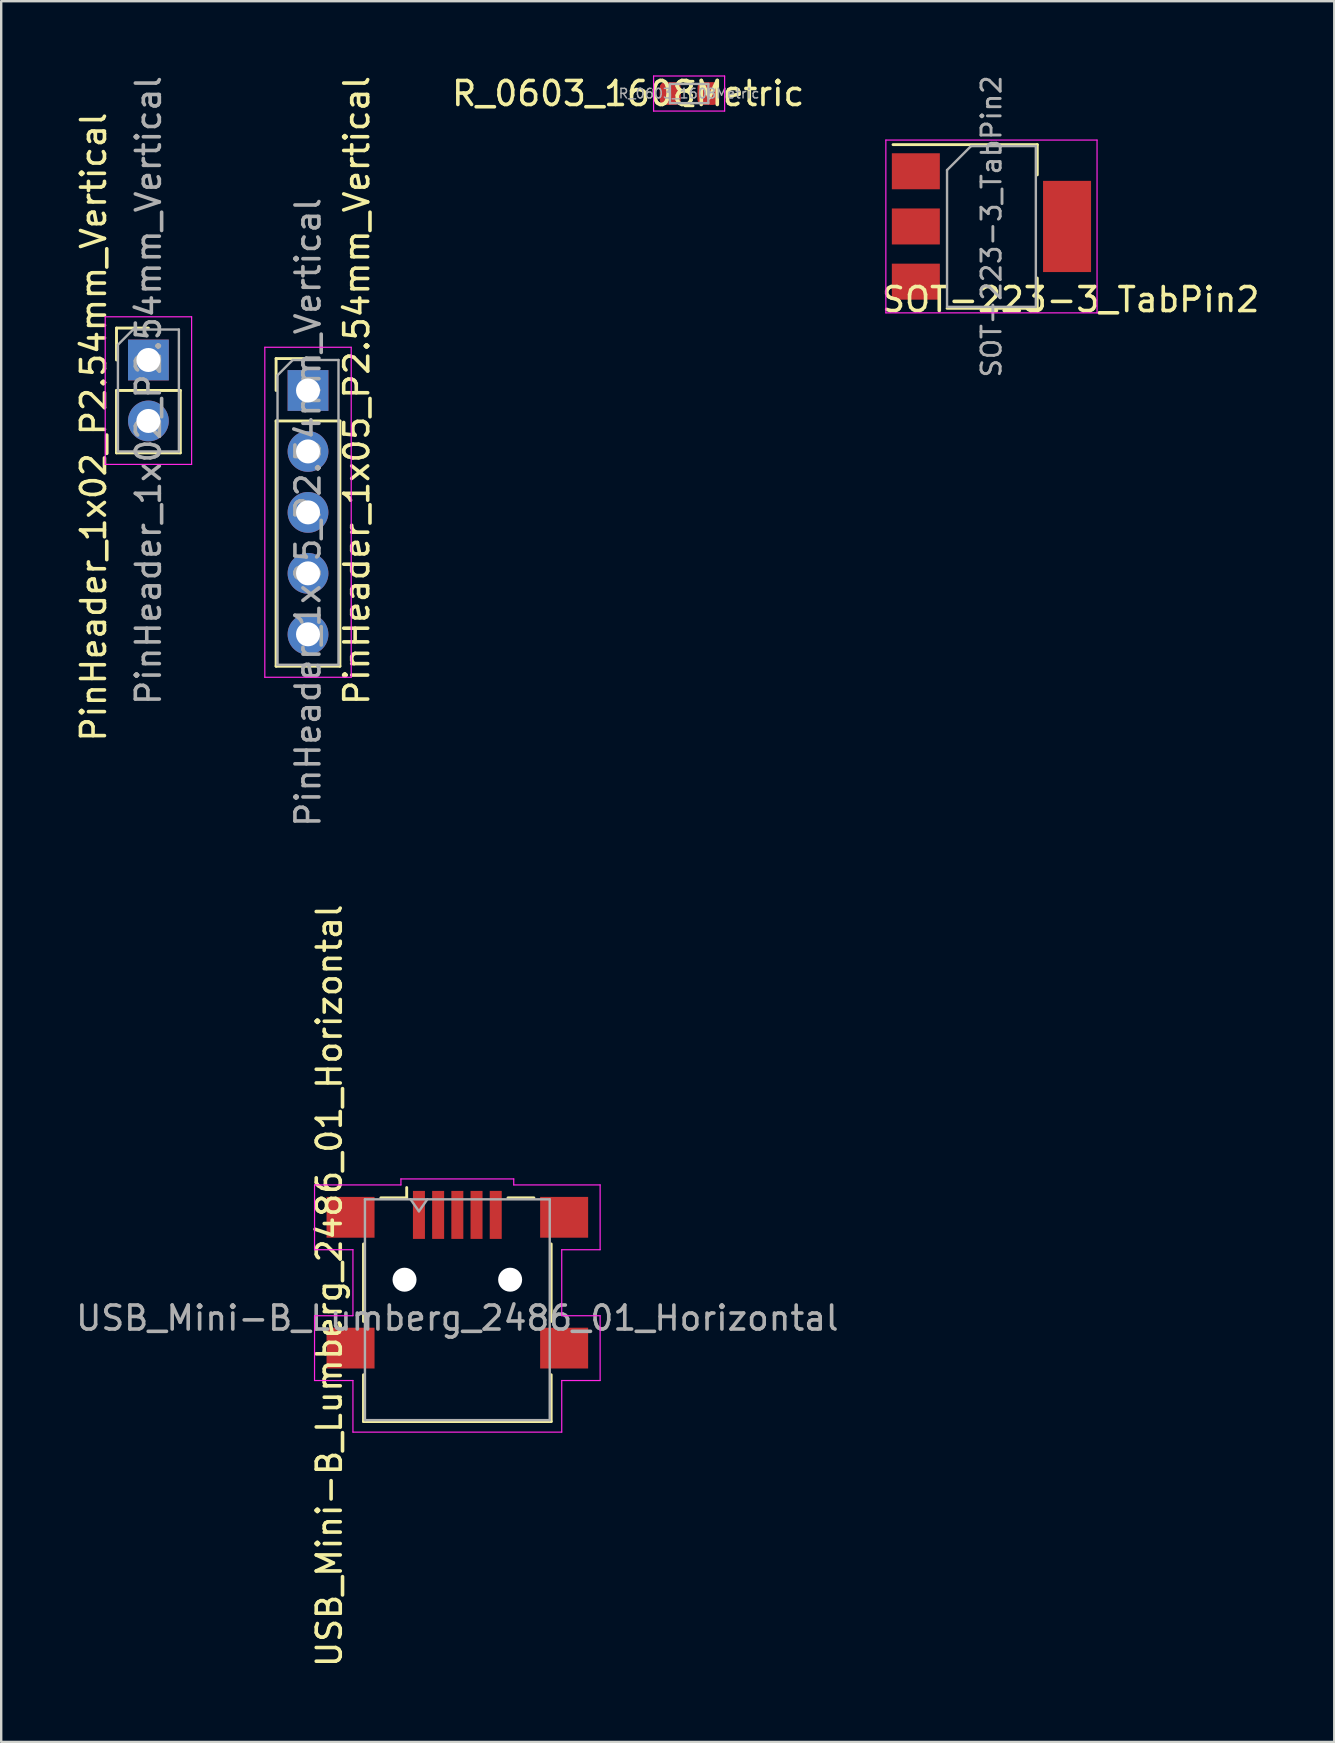
<source format=kicad_pcb>
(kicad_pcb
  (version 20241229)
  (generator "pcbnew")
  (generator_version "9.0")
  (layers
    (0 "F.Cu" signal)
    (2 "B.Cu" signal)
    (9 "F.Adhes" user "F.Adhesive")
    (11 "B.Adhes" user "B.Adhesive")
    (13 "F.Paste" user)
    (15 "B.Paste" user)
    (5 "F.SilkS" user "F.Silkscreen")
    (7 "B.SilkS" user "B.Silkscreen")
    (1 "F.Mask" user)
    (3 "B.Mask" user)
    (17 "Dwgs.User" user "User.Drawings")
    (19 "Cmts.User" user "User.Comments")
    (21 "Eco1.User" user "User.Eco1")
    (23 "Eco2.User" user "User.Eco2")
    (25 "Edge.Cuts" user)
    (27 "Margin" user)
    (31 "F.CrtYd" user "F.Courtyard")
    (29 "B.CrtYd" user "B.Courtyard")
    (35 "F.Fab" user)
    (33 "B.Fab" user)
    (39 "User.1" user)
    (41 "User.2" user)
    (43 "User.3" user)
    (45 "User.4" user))
  (footprint "PinHeader_1x05_P2.54mm_Vertical"
    (layer "F.Cu")
    (at 9.784 13.22)
    (property "Reference" "PinHeader_1x05_P2.54mm_Vertical" (at 2.032 0 90) (layer "F.SilkS") (effects (font (size 1 1) (thickness 0.15))))
    (attr through_hole)
    (fp_line (start -1.33 -1.33) (end 0 -1.33) (stroke (width 0.12) (type solid)) (layer "F.SilkS"))
    (fp_line (start -1.33 0) (end -1.33 -1.33) (stroke (width 0.12) (type solid)) (layer "F.SilkS"))
    (fp_line (start -1.33 1.27) (end -1.33 11.49) (stroke (width 0.12) (type solid)) (layer "F.SilkS"))
    (fp_line (start -1.33 1.27) (end 1.33 1.27) (stroke (width 0.12) (type solid)) (layer "F.SilkS"))
    (fp_line (start -1.33 11.49) (end 1.33 11.49) (stroke (width 0.12) (type solid)) (layer "F.SilkS"))
    (fp_line (start 1.33 1.27) (end 1.33 11.49) (stroke (width 0.12) (type solid)) (layer "F.SilkS"))
    (fp_line (start -1.8 -1.8) (end -1.8 11.95) (stroke (width 0.05) (type solid)) (layer "F.CrtYd"))
    (fp_line (start -1.8 11.95) (end 1.8 11.95) (stroke (width 0.05) (type solid)) (layer "F.CrtYd"))
    (fp_line (start 1.8 -1.8) (end -1.8 -1.8) (stroke (width 0.05) (type solid)) (layer "F.CrtYd"))
    (fp_line (start 1.8 11.95) (end 1.8 -1.8) (stroke (width 0.05) (type solid)) (layer "F.CrtYd"))
    (fp_line (start -1.27 -0.635) (end -0.635 -1.27) (stroke (width 0.1) (type solid)) (layer "F.Fab"))
    (fp_line (start -1.27 11.43) (end -1.27 -0.635) (stroke (width 0.1) (type solid)) (layer "F.Fab"))
    (fp_line (start -0.635 -1.27) (end 1.27 -1.27) (stroke (width 0.1) (type solid)) (layer "F.Fab"))
    (fp_line (start 1.27 -1.27) (end 1.27 11.43) (stroke (width 0.1) (type solid)) (layer "F.Fab"))
    (fp_line (start 1.27 11.43) (end -1.27 11.43) (stroke (width 0.1) (type solid)) (layer "F.Fab"))
    (fp_text user "${REFERENCE}" (at 0 5.08 270) (layer "F.Fab") (effects (font (size 1 1) (thickness 0.15))))
    (pad "1" thru_hole rect (at 0 0) (size 1.7 1.7) (drill 1) (layers "*.Cu" "*.Mask"))
    (pad "2" thru_hole oval (at 0 2.54) (size 1.7 1.7) (drill 1) (layers "*.Cu" "*.Mask"))
    (pad "3" thru_hole oval (at 0 5.08) (size 1.7 1.7) (drill 1) (layers "*.Cu" "*.Mask"))
    (pad "4" thru_hole oval (at 0 7.62) (size 1.7 1.7) (drill 1) (layers "*.Cu" "*.Mask"))
    (pad "5" thru_hole oval (at 0 10.16) (size 1.7 1.7) (drill 1) (layers "*.Cu" "*.Mask")))
  (footprint "R_0603_1608Metric"
    (layer "F.Cu")
    (at 25.663 0.848)
    (property "Reference" "R_0603_1608Metric" (at -2.54 0 180) (layer "F.SilkS") (effects (font (size 1 1) (thickness 0.15))))
    (attr smd)
    (fp_line (start -0.163 -0.51) (end 0.163 -0.51) (stroke (width 0.12) (type solid)) (layer "F.SilkS"))
    (fp_line (start -0.163 0.51) (end 0.163 0.51) (stroke (width 0.12) (type solid)) (layer "F.SilkS"))
    (fp_line (start -1.48 -0.73) (end 1.48 -0.73) (stroke (width 0.05) (type solid)) (layer "F.CrtYd"))
    (fp_line (start -1.48 0.73) (end -1.48 -0.73) (stroke (width 0.05) (type solid)) (layer "F.CrtYd"))
    (fp_line (start 1.48 -0.73) (end 1.48 0.73) (stroke (width 0.05) (type solid)) (layer "F.CrtYd"))
    (fp_line (start 1.48 0.73) (end -1.48 0.73) (stroke (width 0.05) (type solid)) (layer "F.CrtYd"))
    (fp_line (start -0.8 -0.4) (end 0.8 -0.4) (stroke (width 0.1) (type solid)) (layer "F.Fab"))
    (fp_line (start -0.8 0.4) (end -0.8 -0.4) (stroke (width 0.1) (type solid)) (layer "F.Fab"))
    (fp_line (start 0.8 -0.4) (end 0.8 0.4) (stroke (width 0.1) (type solid)) (layer "F.Fab"))
    (fp_line (start 0.8 0.4) (end -0.8 0.4) (stroke (width 0.1) (type solid)) (layer "F.Fab"))
    (fp_text user "${REFERENCE}" (at 0 0 180) (layer "F.Fab") (effects (font (size 0.4 0.4) (thickness 0.06))))
    (pad "1" smd roundrect (at -0.787 0) (size 0.875 0.95) (layers "F.Cu" "F.Mask" "F.Paste") (roundrect_rratio 0.25))
    (pad "2" smd roundrect (at 0.787 0) (size 0.875 0.95) (layers "F.Cu" "F.Mask" "F.Paste") (roundrect_rratio 0.25)))
  (footprint "PinHeader_1x02_P2.54mm_Vertical"
    (layer "F.Cu")
    (at 3.134 11.95)
    (property "Reference" "PinHeader_1x02_P2.54mm_Vertical" (at -2.286 2.794 270) (layer "F.SilkS") (effects (font (size 1 1) (thickness 0.15))))
    (attr through_hole)
    (fp_line (start -1.33 -1.33) (end 0 -1.33) (stroke (width 0.12) (type solid)) (layer "F.SilkS"))
    (fp_line (start -1.33 0) (end -1.33 -1.33) (stroke (width 0.12) (type solid)) (layer "F.SilkS"))
    (fp_line (start -1.33 1.27) (end -1.33 3.87) (stroke (width 0.12) (type solid)) (layer "F.SilkS"))
    (fp_line (start -1.33 1.27) (end 1.33 1.27) (stroke (width 0.12) (type solid)) (layer "F.SilkS"))
    (fp_line (start -1.33 3.87) (end 1.33 3.87) (stroke (width 0.12) (type solid)) (layer "F.SilkS"))
    (fp_line (start 1.33 1.27) (end 1.33 3.87) (stroke (width 0.12) (type solid)) (layer "F.SilkS"))
    (fp_line (start -1.8 -1.8) (end -1.8 4.35) (stroke (width 0.05) (type solid)) (layer "F.CrtYd"))
    (fp_line (start -1.8 4.35) (end 1.8 4.35) (stroke (width 0.05) (type solid)) (layer "F.CrtYd"))
    (fp_line (start 1.8 -1.8) (end -1.8 -1.8) (stroke (width 0.05) (type solid)) (layer "F.CrtYd"))
    (fp_line (start 1.8 4.35) (end 1.8 -1.8) (stroke (width 0.05) (type solid)) (layer "F.CrtYd"))
    (fp_line (start -1.27 -0.635) (end -0.635 -1.27) (stroke (width 0.1) (type solid)) (layer "F.Fab"))
    (fp_line (start -1.27 3.81) (end -1.27 -0.635) (stroke (width 0.1) (type solid)) (layer "F.Fab"))
    (fp_line (start -0.635 -1.27) (end 1.27 -1.27) (stroke (width 0.1) (type solid)) (layer "F.Fab"))
    (fp_line (start 1.27 -1.27) (end 1.27 3.81) (stroke (width 0.1) (type solid)) (layer "F.Fab"))
    (fp_line (start 1.27 3.81) (end -1.27 3.81) (stroke (width 0.1) (type solid)) (layer "F.Fab"))
    (fp_text user "${REFERENCE}" (at 0 1.27 90) (layer "F.Fab") (effects (font (size 1 1) (thickness 0.15))))
    (pad "1" thru_hole rect (at 0 0) (size 1.7 1.7) (drill 1) (layers "*.Cu" "*.Mask"))
    (pad "2" thru_hole oval (at 0 2.54) (size 1.7 1.7) (drill 1) (layers "*.Cu" "*.Mask")))
  (footprint "USB_Mini-B_Lumberg_2486_01_Horizontal"
    (layer "F.Cu")
    (at 16.006 50.272)
    (property "Reference" "USB_Mini-B_Lumberg_2486_01_Horizontal" (at -5.334 0.254 270) (layer "F.SilkS") (effects (font (size 1 1) (thickness 0.15))))
    (attr smd)
    (fp_line (start -3.91 1.74) (end -3.91 -1.49) (stroke (width 0.12) (type solid)) (layer "F.SilkS"))
    (fp_line (start -3.91 5.91) (end -3.91 3.96) (stroke (width 0.12) (type solid)) (layer "F.SilkS"))
    (fp_line (start -3.19 -3.41) (end -2.11 -3.41) (stroke (width 0.12) (type solid)) (layer "F.SilkS"))
    (fp_line (start -2.11 -3.41) (end -2.11 -3.84) (stroke (width 0.12) (type solid)) (layer "F.SilkS"))
    (fp_line (start 2.11 -3.41) (end 3.19 -3.41) (stroke (width 0.12) (type solid)) (layer "F.SilkS"))
    (fp_line (start 3.91 1.74) (end 3.91 -1.49) (stroke (width 0.12) (type solid)) (layer "F.SilkS"))
    (fp_line (start 3.91 5.91) (end -3.91 5.91) (stroke (width 0.12) (type solid)) (layer "F.SilkS"))
    (fp_line (start 3.91 5.91) (end 3.91 3.96) (stroke (width 0.12) (type solid)) (layer "F.SilkS"))
    (fp_line (start -5.95 -3.95) (end -5.95 -1.25) (stroke (width 0.05) (type solid)) (layer "F.CrtYd"))
    (fp_line (start -5.95 -3.95) (end -2.35 -3.95) (stroke (width 0.05) (type solid)) (layer "F.CrtYd"))
    (fp_line (start -5.95 1.5) (end -5.95 4.2) (stroke (width 0.05) (type solid)) (layer "F.CrtYd"))
    (fp_line (start -4.35 -1.25) (end -5.95 -1.25) (stroke (width 0.05) (type solid)) (layer "F.CrtYd"))
    (fp_line (start -4.35 -1.25) (end -4.35 1.5) (stroke (width 0.05) (type solid)) (layer "F.CrtYd"))
    (fp_line (start -4.35 1.5) (end -5.95 1.5) (stroke (width 0.05) (type solid)) (layer "F.CrtYd"))
    (fp_line (start -4.35 4.2) (end -5.95 4.2) (stroke (width 0.05) (type solid)) (layer "F.CrtYd"))
    (fp_line (start -4.35 6.35) (end -4.35 4.2) (stroke (width 0.05) (type solid)) (layer "F.CrtYd"))
    (fp_line (start -4.35 6.35) (end 4.35 6.35) (stroke (width 0.05) (type solid)) (layer "F.CrtYd"))
    (fp_line (start -2.35 -3.95) (end -2.35 -4.2) (stroke (width 0.05) (type solid)) (layer "F.CrtYd"))
    (fp_line (start 2.35 -4.2) (end -2.35 -4.2) (stroke (width 0.05) (type solid)) (layer "F.CrtYd"))
    (fp_line (start 2.35 -3.95) (end 2.35 -4.2) (stroke (width 0.05) (type solid)) (layer "F.CrtYd"))
    (fp_line (start 4.35 -1.25) (end 4.35 1.5) (stroke (width 0.05) (type solid)) (layer "F.CrtYd"))
    (fp_line (start 4.35 -1.25) (end 5.95 -1.25) (stroke (width 0.05) (type solid)) (layer "F.CrtYd"))
    (fp_line (start 4.35 1.5) (end 5.95 1.5) (stroke (width 0.05) (type solid)) (layer "F.CrtYd"))
    (fp_line (start 4.35 4.2) (end 5.95 4.2) (stroke (width 0.05) (type solid)) (layer "F.CrtYd"))
    (fp_line (start 4.35 6.35) (end 4.35 4.2) (stroke (width 0.05) (type solid)) (layer "F.CrtYd"))
    (fp_line (start 5.95 -3.95) (end 2.35 -3.95) (stroke (width 0.05) (type solid)) (layer "F.CrtYd"))
    (fp_line (start 5.95 -3.95) (end 5.95 -1.25) (stroke (width 0.05) (type solid)) (layer "F.CrtYd"))
    (fp_line (start 5.95 1.5) (end 5.95 4.2) (stroke (width 0.05) (type solid)) (layer "F.CrtYd"))
    (fp_line (start -3.85 -3.35) (end -3.85 5.85) (stroke (width 0.1) (type solid)) (layer "F.Fab"))
    (fp_line (start -3.85 -3.35) (end 3.85 -3.35) (stroke (width 0.1) (type solid)) (layer "F.Fab"))
    (fp_line (start -3.85 5.85) (end 3.85 5.85) (stroke (width 0.1) (type solid)) (layer "F.Fab"))
    (fp_line (start -1.95 -3.35) (end -1.6 -2.85) (stroke (width 0.1) (type solid)) (layer "F.Fab"))
    (fp_line (start -1.6 -2.85) (end -1.25 -3.35) (stroke (width 0.1) (type solid)) (layer "F.Fab"))
    (fp_line (start 3.85 5.85) (end 3.85 -3.35) (stroke (width 0.1) (type solid)) (layer "F.Fab"))
    (fp_text user "${REFERENCE}" (at 0 1.6 0) (layer "F.Fab") (effects (font (size 1 1) (thickness 0.15))))
    (pad "" np_thru_hole circle (at -2.2 0) (size 1 1) (drill 1) (layers "*.Cu" "*.Mask"))
    (pad "" np_thru_hole circle (at 2.2 0) (size 1 1) (drill 1) (layers "*.Cu" "*.Mask"))
    (pad "1" smd rect (at -1.6 -2.7) (size 0.5 2) (layers "F.Cu" "F.Mask" "F.Paste"))
    (pad "2" smd rect (at -0.8 -2.7) (size 0.5 2) (layers "F.Cu" "F.Mask" "F.Paste"))
    (pad "3" smd rect (at 0 -2.7) (size 0.5 2) (layers "F.Cu" "F.Mask" "F.Paste"))
    (pad "4" smd rect (at 0.8 -2.7) (size 0.5 2) (layers "F.Cu" "F.Mask" "F.Paste"))
    (pad "5" smd rect (at 1.6 -2.7) (size 0.5 2) (layers "F.Cu" "F.Mask" "F.Paste"))
    (pad "6" smd rect (at -4.45 -2.6) (size 2 1.7) (layers "F.Cu" "F.Mask" "F.Paste"))
    (pad "6" smd rect (at -4.45 2.85) (size 2 1.7) (layers "F.Cu" "F.Mask" "F.Paste"))
    (pad "6" smd rect (at 4.45 -2.6) (size 2 1.7) (layers "F.Cu" "F.Mask" "F.Paste"))
    (pad "6" smd rect (at 4.45 2.85) (size 2 1.7) (layers "F.Cu" "F.Mask" "F.Paste")))
  (footprint "SOT-223-3_TabPin2"
    (layer "F.Cu")
    (at 38.261 6.386)
    (property "Reference" "SOT-223-3_TabPin2" (at 3.302 3.048 0) (layer "F.SilkS") (effects (font (size 1 1) (thickness 0.15))))
    (attr smd)
    (fp_line (start -4.1 -3.41) (end 1.91 -3.41) (stroke (width 0.12) (type solid)) (layer "F.SilkS"))
    (fp_line (start -1.85 3.41) (end 1.91 3.41) (stroke (width 0.12) (type solid)) (layer "F.SilkS"))
    (fp_line (start 1.91 -3.41) (end 1.91 -2.15) (stroke (width 0.12) (type solid)) (layer "F.SilkS"))
    (fp_line (start 1.91 3.41) (end 1.91 2.15) (stroke (width 0.12) (type solid)) (layer "F.SilkS"))
    (fp_line (start -4.4 -3.6) (end -4.4 3.6) (stroke (width 0.05) (type solid)) (layer "F.CrtYd"))
    (fp_line (start -4.4 3.6) (end 4.4 3.6) (stroke (width 0.05) (type solid)) (layer "F.CrtYd"))
    (fp_line (start 4.4 -3.6) (end -4.4 -3.6) (stroke (width 0.05) (type solid)) (layer "F.CrtYd"))
    (fp_line (start 4.4 3.6) (end 4.4 -3.6) (stroke (width 0.05) (type solid)) (layer "F.CrtYd"))
    (fp_line (start -1.85 -2.35) (end -1.85 3.35) (stroke (width 0.1) (type solid)) (layer "F.Fab"))
    (fp_line (start -1.85 -2.35) (end -0.85 -3.35) (stroke (width 0.1) (type solid)) (layer "F.Fab"))
    (fp_line (start -1.85 3.35) (end 1.85 3.35) (stroke (width 0.1) (type solid)) (layer "F.Fab"))
    (fp_line (start -0.85 -3.35) (end 1.85 -3.35) (stroke (width 0.1) (type solid)) (layer "F.Fab"))
    (fp_line (start 1.85 -3.35) (end 1.85 3.35) (stroke (width 0.1) (type solid)) (layer "F.Fab"))
    (fp_text user "${REFERENCE}" (at 0 0 90) (layer "F.Fab") (effects (font (size 0.8 0.8) (thickness 0.12))))
    (pad "1" smd rect (at -3.15 -2.3) (size 2 1.5) (layers "F.Cu" "F.Mask" "F.Paste"))
    (pad "2" smd rect (at -3.15 0) (size 2 1.5) (layers "F.Cu" "F.Mask" "F.Paste"))
    (pad "2" smd rect (at 3.15 0) (size 2 3.8) (layers "F.Cu" "F.Mask" "F.Paste"))
    (pad "3" smd rect (at -3.15 2.3) (size 2 1.5) (layers "F.Cu" "F.Mask" "F.Paste")))
  (gr_rect
    (start -3 -3)
    (end 52.545 69.532)
    (stroke (width 0.1) (type default))
    (fill no)
    (layer "Edge.Cuts")))
</source>
